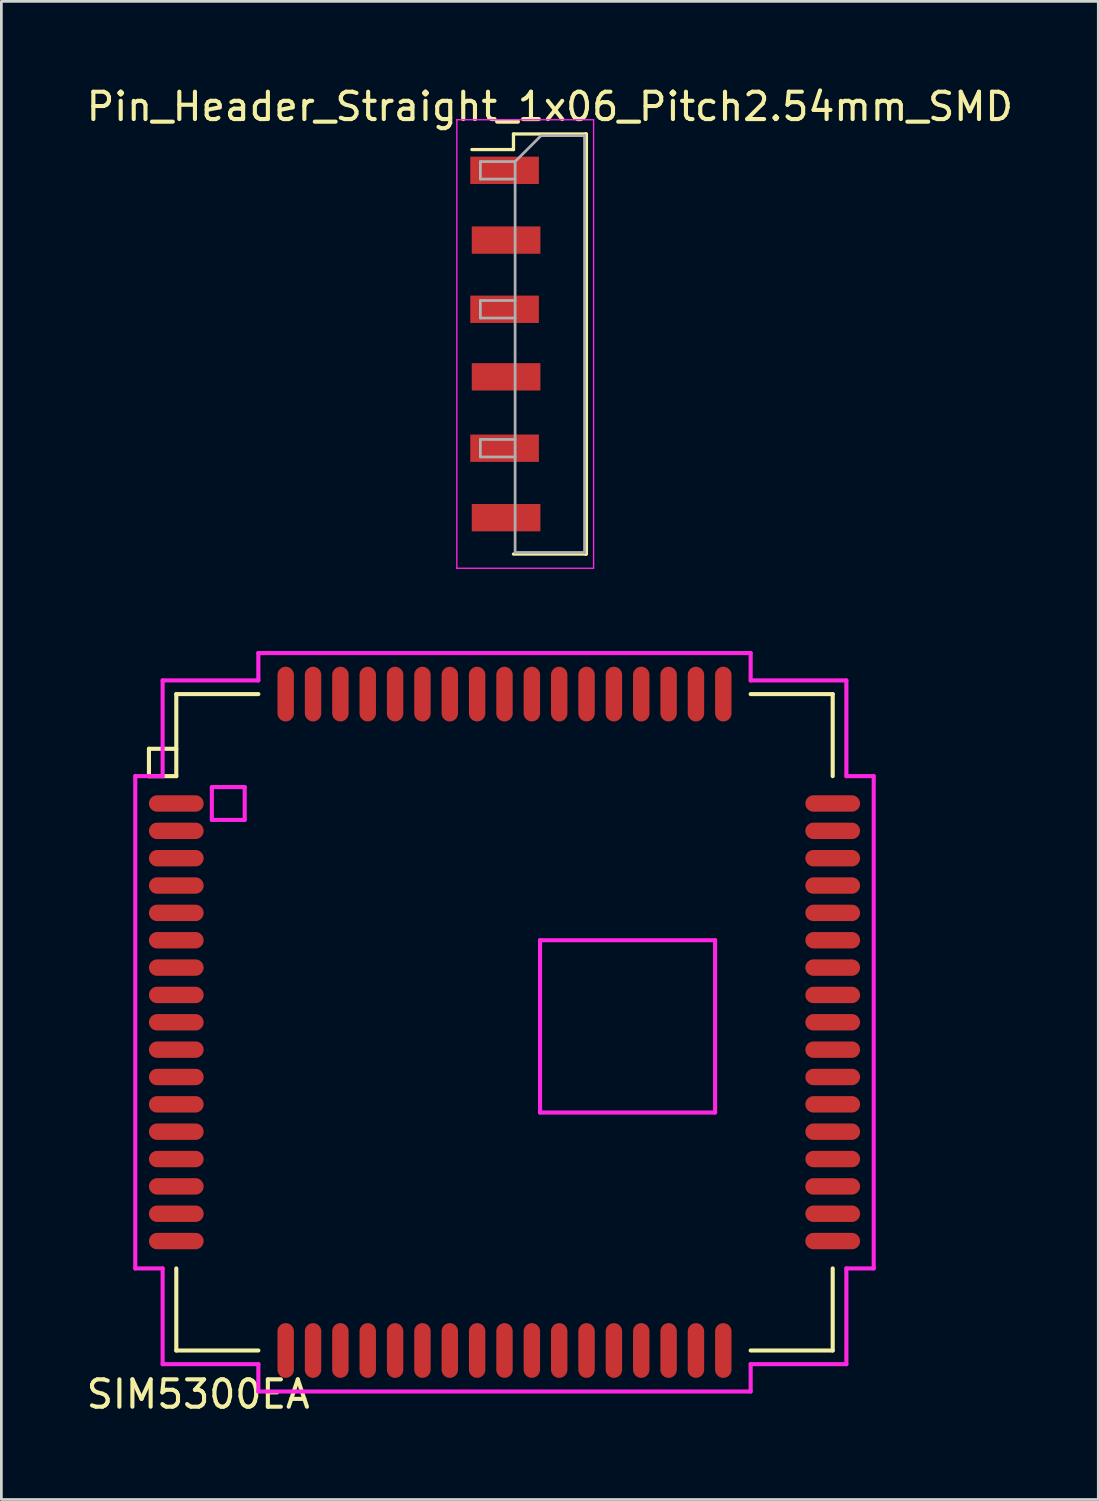
<source format=kicad_pcb>
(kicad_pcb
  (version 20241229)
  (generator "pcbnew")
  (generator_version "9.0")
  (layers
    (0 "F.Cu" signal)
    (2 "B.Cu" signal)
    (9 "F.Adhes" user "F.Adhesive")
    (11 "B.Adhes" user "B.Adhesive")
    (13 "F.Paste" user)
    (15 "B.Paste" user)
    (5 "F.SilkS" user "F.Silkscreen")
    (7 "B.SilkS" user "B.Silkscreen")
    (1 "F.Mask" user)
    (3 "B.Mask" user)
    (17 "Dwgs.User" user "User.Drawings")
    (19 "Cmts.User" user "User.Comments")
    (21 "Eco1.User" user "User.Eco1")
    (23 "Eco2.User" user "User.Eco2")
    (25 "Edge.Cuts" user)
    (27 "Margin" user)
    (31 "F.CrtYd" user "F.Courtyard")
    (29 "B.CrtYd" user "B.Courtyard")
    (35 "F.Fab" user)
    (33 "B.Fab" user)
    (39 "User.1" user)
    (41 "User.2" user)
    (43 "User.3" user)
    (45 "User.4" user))
  (footprint "Pin_Header_Straight_1x06_Pitch2.54mm_SMD"
    (layer "F.Cu")
    (at 17.054 9.528)
    (property "Reference" "Pin_Header_Straight_1x06_Pitch2.54mm_SMD" (at 0 -8.68 0) (layer "F.SilkS") (effects (font (size 1 1) (thickness 0.15))))
    (attr smd)
    (fp_line (start -1.33 -7.68) (end -1.33 -7.11) (stroke (width 0.12) (type solid)) (layer "F.SilkS"))
    (fp_line (start -1.33 -7.68) (end 1.33 -7.68) (stroke (width 0.12) (type solid)) (layer "F.SilkS"))
    (fp_line (start -1.33 -7.11) (end -2.85 -7.11) (stroke (width 0.12) (type solid)) (layer "F.SilkS"))
    (fp_line (start -1.33 7.68) (end 1.33 7.68) (stroke (width 0.12) (type solid)) (layer "F.SilkS"))
    (fp_line (start 1.321 -7.671) (end 1.321 7.671) (stroke (width 0.15) (type solid)) (layer "F.SilkS"))
    (fp_line (start -3.4 -8.2) (end -3.4 8.2) (stroke (width 0.05) (type solid)) (layer "F.CrtYd"))
    (fp_line (start -3.4 8.2) (end 1.6 8.2) (stroke (width 0.05) (type solid)) (layer "F.CrtYd"))
    (fp_line (start 1.6 -8.2) (end -3.4 -8.2) (stroke (width 0.05) (type solid)) (layer "F.CrtYd"))
    (fp_line (start 1.6 8.2) (end 1.6 -8.2) (stroke (width 0.05) (type solid)) (layer "F.CrtYd"))
    (fp_line (start -2.54 -6.67) (end -2.54 -6.03) (stroke (width 0.1) (type solid)) (layer "F.Fab"))
    (fp_line (start -2.54 -6.03) (end -1.27 -6.03) (stroke (width 0.1) (type solid)) (layer "F.Fab"))
    (fp_line (start -2.54 -1.59) (end -2.54 -0.95) (stroke (width 0.1) (type solid)) (layer "F.Fab"))
    (fp_line (start -2.54 -0.95) (end -1.27 -0.95) (stroke (width 0.1) (type solid)) (layer "F.Fab"))
    (fp_line (start -2.54 3.49) (end -2.54 4.13) (stroke (width 0.1) (type solid)) (layer "F.Fab"))
    (fp_line (start -2.54 4.13) (end -1.27 4.13) (stroke (width 0.1) (type solid)) (layer "F.Fab"))
    (fp_line (start -1.27 -6.67) (end -2.54 -6.67) (stroke (width 0.1) (type solid)) (layer "F.Fab"))
    (fp_line (start -1.27 -6.67) (end -0.32 -7.62) (stroke (width 0.1) (type solid)) (layer "F.Fab"))
    (fp_line (start -1.27 -1.59) (end -2.54 -1.59) (stroke (width 0.1) (type solid)) (layer "F.Fab"))
    (fp_line (start -1.27 3.49) (end -2.54 3.49) (stroke (width 0.1) (type solid)) (layer "F.Fab"))
    (fp_line (start -1.27 7.62) (end -1.27 -6.67) (stroke (width 0.1) (type solid)) (layer "F.Fab"))
    (fp_line (start -0.32 -7.62) (end 1.27 -7.62) (stroke (width 0.1) (type solid)) (layer "F.Fab"))
    (fp_line (start 1.27 -7.62) (end 1.27 7.62) (stroke (width 0.1) (type solid)) (layer "F.Fab"))
    (fp_line (start 1.27 7.62) (end -1.27 7.62) (stroke (width 0.1) (type solid)) (layer "F.Fab"))
    (pad "1" smd rect (at -1.655 -6.35) (size 2.51 1) (layers "F.Cu" "F.Mask" "F.Paste"))
    (pad "2" smd rect (at -1.6 -3.8) (size 2.51 1) (layers "F.Cu" "F.Mask" "F.Paste"))
    (pad "3" smd rect (at -1.655 -1.27) (size 2.51 1) (layers "F.Cu" "F.Mask" "F.Paste"))
    (pad "4" smd rect (at -1.6 1.2) (size 2.51 1) (layers "F.Cu" "F.Mask" "F.Paste"))
    (pad "5" smd rect (at -1.655 3.81) (size 2.51 1) (layers "F.Cu" "F.Mask" "F.Paste"))
    (pad "6" smd rect (at -1.6 6.35) (size 2.51 1) (layers "F.Cu" "F.Mask" "F.Paste")))
  (footprint "SIM5300EA"
    (layer "F.Cu")
    (at 15.396 34.328)
    (property "Reference" "SIM5300EA" (at -11.2 13.6 0) (layer "F.SilkS") (effects (font (size 1 1) (thickness 0.15))))
    (attr through_hole)
    (fp_line (start -13 -10) (end -13 -9) (stroke (width 0.15) (type solid)) (layer "F.SilkS"))
    (fp_line (start -13 -9) (end -12 -9) (stroke (width 0.15) (type solid)) (layer "F.SilkS"))
    (fp_line (start -12 -12) (end -9 -12) (stroke (width 0.15) (type solid)) (layer "F.SilkS"))
    (fp_line (start -12 -10) (end -13 -10) (stroke (width 0.15) (type solid)) (layer "F.SilkS"))
    (fp_line (start -12 -9) (end -12 -12) (stroke (width 0.15) (type solid)) (layer "F.SilkS"))
    (fp_line (start -12 9) (end -12 12) (stroke (width 0.15) (type solid)) (layer "F.SilkS"))
    (fp_line (start -12 12) (end -9 12) (stroke (width 0.15) (type solid)) (layer "F.SilkS"))
    (fp_line (start 9 -12) (end 12 -12) (stroke (width 0.15) (type solid)) (layer "F.SilkS"))
    (fp_line (start 9 12) (end 12 12) (stroke (width 0.15) (type solid)) (layer "F.SilkS"))
    (fp_line (start 12 -12) (end 12 -9) (stroke (width 0.15) (type solid)) (layer "F.SilkS"))
    (fp_line (start 12 12) (end 12 9) (stroke (width 0.15) (type solid)) (layer "F.SilkS"))
    (fp_line (start -13.5 -9) (end -13.5 9) (stroke (width 0.15) (type solid)) (layer "F.CrtYd"))
    (fp_line (start -13.5 9) (end -12.5 9) (stroke (width 0.15) (type solid)) (layer "F.CrtYd"))
    (fp_line (start -12.5 -12.5) (end -12.5 -9) (stroke (width 0.15) (type solid)) (layer "F.CrtYd"))
    (fp_line (start -12.5 -9) (end -13.5 -9) (stroke (width 0.15) (type solid)) (layer "F.CrtYd"))
    (fp_line (start -12.5 9) (end -12.5 12.5) (stroke (width 0.15) (type solid)) (layer "F.CrtYd"))
    (fp_line (start -12.5 12.5) (end -9 12.5) (stroke (width 0.15) (type solid)) (layer "F.CrtYd"))
    (fp_line (start -10.7 -8.6) (end -9.5 -8.6) (stroke (width 0.15) (type solid)) (layer "F.CrtYd"))
    (fp_line (start -10.7 -7.4) (end -10.7 -8.6) (stroke (width 0.15) (type solid)) (layer "F.CrtYd"))
    (fp_line (start -9.5 -8.6) (end -9.5 -7.4) (stroke (width 0.15) (type solid)) (layer "F.CrtYd"))
    (fp_line (start -9.5 -7.4) (end -10.7 -7.4) (stroke (width 0.15) (type solid)) (layer "F.CrtYd"))
    (fp_line (start -9 -13.5) (end -9 -12.5) (stroke (width 0.15) (type solid)) (layer "F.CrtYd"))
    (fp_line (start -9 -12.5) (end -12.5 -12.5) (stroke (width 0.15) (type solid)) (layer "F.CrtYd"))
    (fp_line (start -9 12.5) (end -9 13.5) (stroke (width 0.15) (type solid)) (layer "F.CrtYd"))
    (fp_line (start -9 13.5) (end 9 13.5) (stroke (width 0.15) (type solid)) (layer "F.CrtYd"))
    (fp_line (start 1.3 -3) (end 7.7 -3) (stroke (width 0.15) (type solid)) (layer "F.CrtYd"))
    (fp_line (start 1.3 3.3) (end 1.3 -3) (stroke (width 0.15) (type solid)) (layer "F.CrtYd"))
    (fp_line (start 7.7 -3) (end 7.7 3.3) (stroke (width 0.15) (type solid)) (layer "F.CrtYd"))
    (fp_line (start 7.7 3.3) (end 1.3 3.3) (stroke (width 0.15) (type solid)) (layer "F.CrtYd"))
    (fp_line (start 9 -13.5) (end -9 -13.5) (stroke (width 0.15) (type solid)) (layer "F.CrtYd"))
    (fp_line (start 9 -12.5) (end 9 -13.5) (stroke (width 0.15) (type solid)) (layer "F.CrtYd"))
    (fp_line (start 9 12.5) (end 12.5 12.5) (stroke (width 0.15) (type solid)) (layer "F.CrtYd"))
    (fp_line (start 9 13.5) (end 9 12.5) (stroke (width 0.15) (type solid)) (layer "F.CrtYd"))
    (fp_line (start 12.5 -12.5) (end 9 -12.5) (stroke (width 0.15) (type solid)) (layer "F.CrtYd"))
    (fp_line (start 12.5 -9) (end 12.5 -12.5) (stroke (width 0.15) (type solid)) (layer "F.CrtYd"))
    (fp_line (start 12.5 9) (end 13.5 9) (stroke (width 0.15) (type solid)) (layer "F.CrtYd"))
    (fp_line (start 12.5 12.5) (end 12.5 9) (stroke (width 0.15) (type solid)) (layer "F.CrtYd"))
    (fp_line (start 13.5 -9) (end 12.5 -9) (stroke (width 0.15) (type solid)) (layer "F.CrtYd"))
    (fp_line (start 13.5 9) (end 13.5 -9) (stroke (width 0.15) (type solid)) (layer "F.CrtYd"))
    (pad "1" smd oval (at -12 -8) (size 2 0.6) (layers "F.Cu" "F.Mask" "F.Paste"))
    (pad "2" smd oval (at -12 -7) (size 2 0.6) (layers "F.Cu" "F.Mask" "F.Paste"))
    (pad "3" smd oval (at -12 -6) (size 2 0.6) (layers "F.Cu" "F.Mask" "F.Paste"))
    (pad "4" smd oval (at -12 -5) (size 2 0.6) (layers "F.Cu" "F.Mask" "F.Paste"))
    (pad "5" smd oval (at -12 -4) (size 2 0.6) (layers "F.Cu" "F.Mask" "F.Paste"))
    (pad "6" smd oval (at -12 -3) (size 2 0.6) (layers "F.Cu" "F.Mask" "F.Paste"))
    (pad "7" smd oval (at -12 -2) (size 2 0.6) (layers "F.Cu" "F.Mask" "F.Paste"))
    (pad "8" smd oval (at -12 -1) (size 2 0.6) (layers "F.Cu" "F.Mask" "F.Paste"))
    (pad "9" smd oval (at -12 0) (size 2 0.6) (layers "F.Cu" "F.Mask" "F.Paste"))
    (pad "10" smd oval (at -12 1) (size 2 0.6) (layers "F.Cu" "F.Mask" "F.Paste"))
    (pad "11" smd oval (at -12 2) (size 2 0.6) (layers "F.Cu" "F.Mask" "F.Paste"))
    (pad "12" smd oval (at -12 3) (size 2 0.6) (layers "F.Cu" "F.Mask" "F.Paste"))
    (pad "13" smd oval (at -12 4) (size 2 0.6) (layers "F.Cu" "F.Mask" "F.Paste"))
    (pad "14" smd oval (at -12 5) (size 2 0.6) (layers "F.Cu" "F.Mask" "F.Paste"))
    (pad "15" smd oval (at -12 6) (size 2 0.6) (layers "F.Cu" "F.Mask" "F.Paste"))
    (pad "16" smd oval (at -12 7) (size 2 0.6) (layers "F.Cu" "F.Mask" "F.Paste"))
    (pad "17" smd oval (at -12 8) (size 2 0.6) (layers "F.Cu" "F.Mask" "F.Paste"))
    (pad "18" smd oval (at -8 12 90) (size 2 0.6) (layers "F.Cu" "F.Mask" "F.Paste"))
    (pad "19" smd oval (at -7 12 90) (size 2 0.6) (layers "F.Cu" "F.Mask" "F.Paste"))
    (pad "20" smd oval (at -6 12 90) (size 2 0.6) (layers "F.Cu" "F.Mask" "F.Paste"))
    (pad "21" smd oval (at -5 12 90) (size 2 0.6) (layers "F.Cu" "F.Mask" "F.Paste"))
    (pad "22" smd oval (at -4 12 90) (size 2 0.6) (layers "F.Cu" "F.Mask" "F.Paste"))
    (pad "23" smd oval (at -3 12 90) (size 2 0.6) (layers "F.Cu" "F.Mask" "F.Paste"))
    (pad "24" smd oval (at -2 12 90) (size 2 0.6) (layers "F.Cu" "F.Mask" "F.Paste"))
    (pad "25" smd oval (at -1 12 90) (size 2 0.6) (layers "F.Cu" "F.Mask" "F.Paste"))
    (pad "26" smd oval (at 0 12 90) (size 2 0.6) (layers "F.Cu" "F.Mask" "F.Paste"))
    (pad "27" smd oval (at 1 12 90) (size 2 0.6) (layers "F.Cu" "F.Mask" "F.Paste"))
    (pad "28" smd oval (at 2 12 90) (size 2 0.6) (layers "F.Cu" "F.Mask" "F.Paste"))
    (pad "29" smd oval (at 3 12 90) (size 2 0.6) (layers "F.Cu" "F.Mask" "F.Paste"))
    (pad "30" smd oval (at 4 12 90) (size 2 0.6) (layers "F.Cu" "F.Mask" "F.Paste"))
    (pad "31" smd oval (at 5 12 90) (size 2 0.6) (layers "F.Cu" "F.Mask" "F.Paste"))
    (pad "32" smd oval (at 6 12 90) (size 2 0.6) (layers "F.Cu" "F.Mask" "F.Paste"))
    (pad "33" smd oval (at 7 12 90) (size 2 0.6) (layers "F.Cu" "F.Mask" "F.Paste"))
    (pad "34" smd oval (at 8 12 90) (size 2 0.6) (layers "F.Cu" "F.Mask" "F.Paste"))
    (pad "35" smd oval (at 12 8 180) (size 2 0.6) (layers "F.Cu" "F.Mask" "F.Paste"))
    (pad "36" smd oval (at 12 7 180) (size 2 0.6) (layers "F.Cu" "F.Mask" "F.Paste"))
    (pad "37" smd oval (at 12 6 180) (size 2 0.6) (layers "F.Cu" "F.Mask" "F.Paste"))
    (pad "38" smd oval (at 12 5 180) (size 2 0.6) (layers "F.Cu" "F.Mask" "F.Paste"))
    (pad "39" smd oval (at 12 4 180) (size 2 0.6) (layers "F.Cu" "F.Mask" "F.Paste"))
    (pad "40" smd oval (at 12 3 180) (size 2 0.6) (layers "F.Cu" "F.Mask" "F.Paste"))
    (pad "41" smd oval (at 12 2 180) (size 2 0.6) (layers "F.Cu" "F.Mask" "F.Paste"))
    (pad "42" smd oval (at 12 1 180) (size 2 0.6) (layers "F.Cu" "F.Mask" "F.Paste"))
    (pad "43" smd oval (at 12 0 180) (size 2 0.6) (layers "F.Cu" "F.Mask" "F.Paste"))
    (pad "44" smd oval (at 12 -1 180) (size 2 0.6) (layers "F.Cu" "F.Mask" "F.Paste"))
    (pad "45" smd oval (at 12 -2 180) (size 2 0.6) (layers "F.Cu" "F.Mask" "F.Paste"))
    (pad "46" smd oval (at 12 -3 180) (size 2 0.6) (layers "F.Cu" "F.Mask" "F.Paste"))
    (pad "47" smd oval (at 12 -4 180) (size 2 0.6) (layers "F.Cu" "F.Mask" "F.Paste"))
    (pad "48" smd oval (at 12 -5 180) (size 2 0.6) (layers "F.Cu" "F.Mask" "F.Paste"))
    (pad "49" smd oval (at 12 -6 180) (size 2 0.6) (layers "F.Cu" "F.Mask" "F.Paste"))
    (pad "50" smd oval (at 12 -7 180) (size 2 0.6) (layers "F.Cu" "F.Mask" "F.Paste"))
    (pad "51" smd oval (at 12 -8 180) (size 2 0.6) (layers "F.Cu" "F.Mask" "F.Paste"))
    (pad "52" smd oval (at 8 -12 270) (size 2 0.6) (layers "F.Cu" "F.Mask" "F.Paste"))
    (pad "53" smd oval (at 7 -12 270) (size 2 0.6) (layers "F.Cu" "F.Mask" "F.Paste"))
    (pad "54" smd oval (at 6 -12 270) (size 2 0.6) (layers "F.Cu" "F.Mask" "F.Paste"))
    (pad "55" smd oval (at 5 -12 270) (size 2 0.6) (layers "F.Cu" "F.Mask" "F.Paste"))
    (pad "56" smd oval (at 4 -12 270) (size 2 0.6) (layers "F.Cu" "F.Mask" "F.Paste"))
    (pad "57" smd oval (at 3 -12 270) (size 2 0.6) (layers "F.Cu" "F.Mask" "F.Paste"))
    (pad "58" smd oval (at 2 -12 270) (size 2 0.6) (layers "F.Cu" "F.Mask" "F.Paste"))
    (pad "59" smd oval (at 1 -12 270) (size 2 0.6) (layers "F.Cu" "F.Mask" "F.Paste"))
    (pad "60" smd oval (at 0 -12 270) (size 2 0.6) (layers "F.Cu" "F.Mask" "F.Paste"))
    (pad "61" smd oval (at -1 -12 270) (size 2 0.6) (layers "F.Cu" "F.Mask" "F.Paste"))
    (pad "62" smd oval (at -2 -12 270) (size 2 0.6) (layers "F.Cu" "F.Mask" "F.Paste"))
    (pad "63" smd oval (at -3 -12 270) (size 2 0.6) (layers "F.Cu" "F.Mask" "F.Paste"))
    (pad "64" smd oval (at -4 -12 270) (size 2 0.6) (layers "F.Cu" "F.Mask" "F.Paste"))
    (pad "65" smd oval (at -5 -12 270) (size 2 0.6) (layers "F.Cu" "F.Mask" "F.Paste"))
    (pad "66" smd oval (at -6 -12 270) (size 2 0.6) (layers "F.Cu" "F.Mask" "F.Paste"))
    (pad "67" smd oval (at -7 -12 270) (size 2 0.6) (layers "F.Cu" "F.Mask" "F.Paste"))
    (pad "68" smd oval (at -8 -12 270) (size 2 0.6) (layers "F.Cu" "F.Mask" "F.Paste")))
  (gr_rect
    (start -3 -3)
    (end 37.107 51.776)
    (stroke (width 0.1) (type default))
    (fill no)
    (layer "Edge.Cuts")))
</source>
